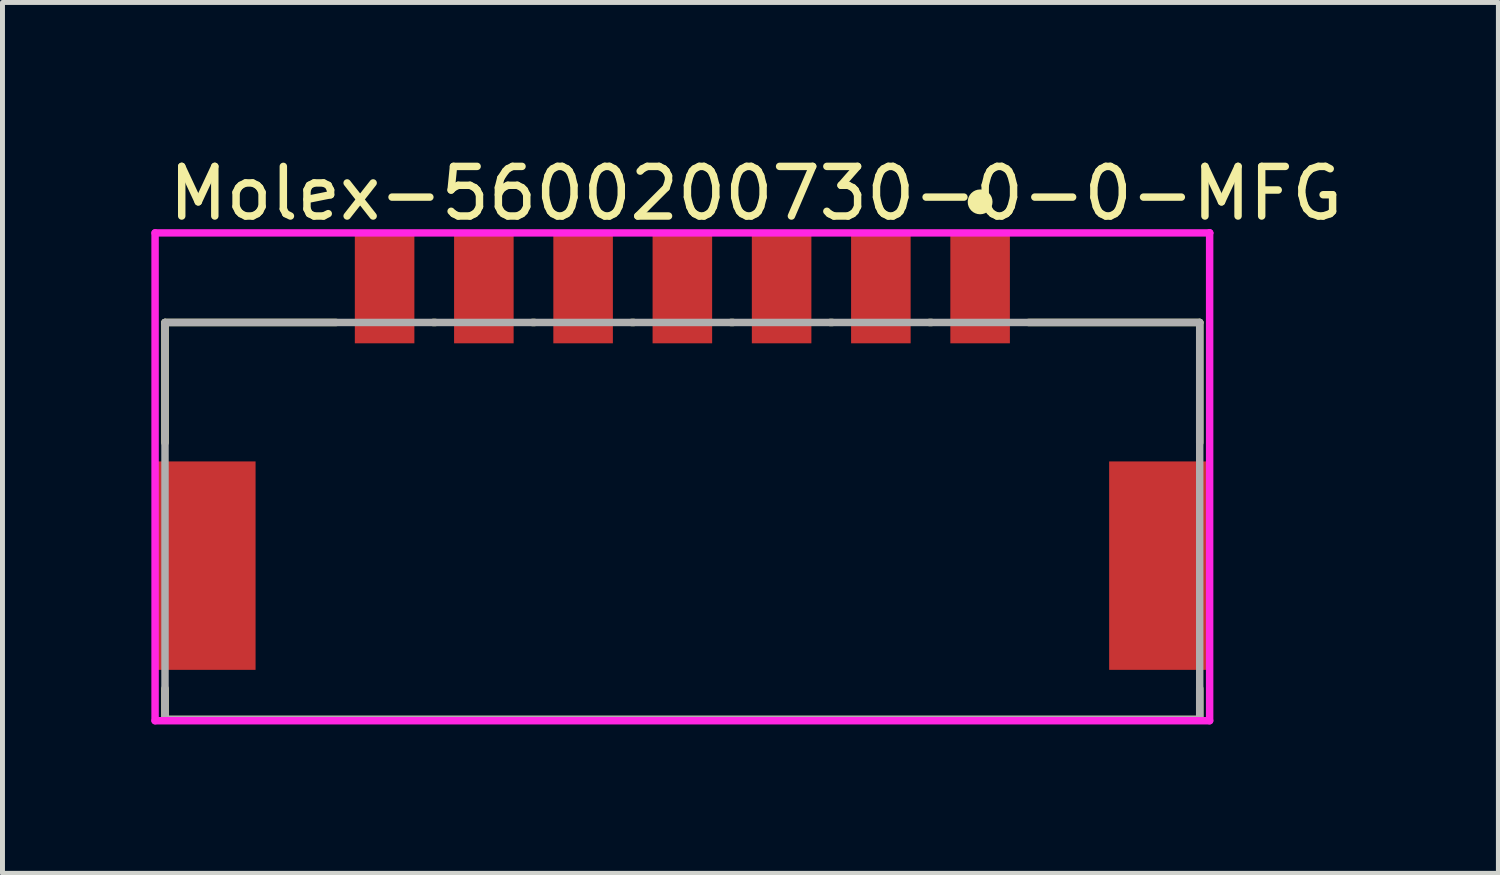
<source format=kicad_pcb>
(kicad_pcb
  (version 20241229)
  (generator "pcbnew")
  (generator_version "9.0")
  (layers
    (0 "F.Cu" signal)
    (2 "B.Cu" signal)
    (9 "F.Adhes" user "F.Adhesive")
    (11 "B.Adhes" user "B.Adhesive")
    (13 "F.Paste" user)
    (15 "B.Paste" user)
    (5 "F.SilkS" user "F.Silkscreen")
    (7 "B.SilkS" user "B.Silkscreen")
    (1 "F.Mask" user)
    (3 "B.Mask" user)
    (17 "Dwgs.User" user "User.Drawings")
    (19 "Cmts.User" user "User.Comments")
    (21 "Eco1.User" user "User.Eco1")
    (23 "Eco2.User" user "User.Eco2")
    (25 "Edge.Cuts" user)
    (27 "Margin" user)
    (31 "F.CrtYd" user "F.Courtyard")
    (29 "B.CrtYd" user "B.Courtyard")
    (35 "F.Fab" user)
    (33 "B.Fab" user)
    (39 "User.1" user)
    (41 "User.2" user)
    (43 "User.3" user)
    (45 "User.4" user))
  (footprint "Molex-5600200730-0-0-MFG"
    (layer "F.Cu")
    (at 10.7 7.448)
    (property "Reference" "Molex-5600200730-0-0-MFG" (at -10.425 -6.6 0) (layer "F.SilkS") (effects (font (size 1 1) (thickness 0.15)) (justify left)))
    (attr through_hole)
    (fp_line (start -10.425 -4) (end -6.975 -4) (stroke (width 0.15) (type solid)) (layer "F.SilkS"))
    (fp_line (start -10.425 -1.575) (end -10.425 -4) (stroke (width 0.15) (type solid)) (layer "F.SilkS"))
    (fp_line (start -10.425 4) (end -10.425 3.375) (stroke (width 0.15) (type solid)) (layer "F.SilkS"))
    (fp_line (start -10.425 4) (end 10.425 4) (stroke (width 0.15) (type solid)) (layer "F.SilkS"))
    (fp_line (start -5.025 -4) (end -4.975 -4) (stroke (width 0.15) (type solid)) (layer "F.SilkS"))
    (fp_line (start -3.025 -4) (end -2.975 -4) (stroke (width 0.15) (type solid)) (layer "F.SilkS"))
    (fp_line (start -1.025 -4) (end -0.975 -4) (stroke (width 0.15) (type solid)) (layer "F.SilkS"))
    (fp_line (start 0.975 -4) (end 1.025 -4) (stroke (width 0.15) (type solid)) (layer "F.SilkS"))
    (fp_line (start 2.975 -4) (end 3.025 -4) (stroke (width 0.15) (type solid)) (layer "F.SilkS"))
    (fp_line (start 4.975 -4) (end 5.025 -4) (stroke (width 0.15) (type solid)) (layer "F.SilkS"))
    (fp_line (start 6.975 -4) (end 10.425 -4) (stroke (width 0.15) (type solid)) (layer "F.SilkS"))
    (fp_line (start 10.425 -1.575) (end 10.425 -4) (stroke (width 0.15) (type solid)) (layer "F.SilkS"))
    (fp_line (start 10.425 4) (end 10.425 3.375) (stroke (width 0.15) (type solid)) (layer "F.SilkS"))
    (fp_circle (center 6 -6.43) (end 6.125 -6.43) (stroke (width 0.25) (type solid)) (fill no) (layer "F.SilkS"))
    (fp_line (start -10.625 -5.805) (end -10.625 4.025) (stroke (width 0.15) (type solid)) (layer "F.CrtYd"))
    (fp_line (start -10.625 4.025) (end 10.625 4.025) (stroke (width 0.15) (type solid)) (layer "F.CrtYd"))
    (fp_line (start 10.625 -5.805) (end -10.625 -5.805) (stroke (width 0.15) (type solid)) (layer "F.CrtYd"))
    (fp_line (start 10.625 -5.805) (end 10.625 -5.805) (stroke (width 0.15) (type solid)) (layer "F.CrtYd"))
    (fp_line (start 10.625 4.025) (end 10.625 -5.805) (stroke (width 0.15) (type solid)) (layer "F.CrtYd"))
    (fp_line (start -10.425 -4) (end 10.425 -4) (stroke (width 0.15) (type solid)) (layer "F.Fab"))
    (fp_line (start -10.425 4) (end -10.425 -4) (stroke (width 0.15) (type solid)) (layer "F.Fab"))
    (fp_line (start 10.425 -4) (end 10.425 4) (stroke (width 0.15) (type solid)) (layer "F.Fab"))
    (fp_line (start 10.425 4) (end -10.425 4) (stroke (width 0.15) (type solid)) (layer "F.Fab"))
    (pad "1" smd rect (at 6 -4.68) (size 1.2 2.2) (layers "F.Cu" "F.Mask" "F.Paste"))
    (pad "2" smd rect (at 4 -4.68) (size 1.2 2.2) (layers "F.Cu" "F.Mask" "F.Paste"))
    (pad "3" smd rect (at 2 -4.68) (size 1.2 2.2) (layers "F.Cu" "F.Mask" "F.Paste"))
    (pad "4" smd rect (at 0 -4.68) (size 1.2 2.2) (layers "F.Cu" "F.Mask" "F.Paste"))
    (pad "5" smd rect (at -2 -4.68) (size 1.2 2.2) (layers "F.Cu" "F.Mask" "F.Paste"))
    (pad "6" smd rect (at -4 -4.68) (size 1.2 2.2) (layers "F.Cu" "F.Mask" "F.Paste"))
    (pad "7" smd rect (at -6 -4.68) (size 1.2 2.2) (layers "F.Cu" "F.Mask" "F.Paste"))
    (pad "8" smd rect (at -9.6 0.9) (size 2 4.2) (layers "F.Cu" "F.Mask" "F.Paste"))
    (pad "9" smd rect (at 9.6 0.9) (size 2 4.2) (layers "F.Cu" "F.Mask" "F.Paste")))
  (gr_rect
    (start -3 -3)
    (end 27.144 14.548)
    (stroke (width 0.1) (type default))
    (fill no)
    (layer "Edge.Cuts")))
</source>
